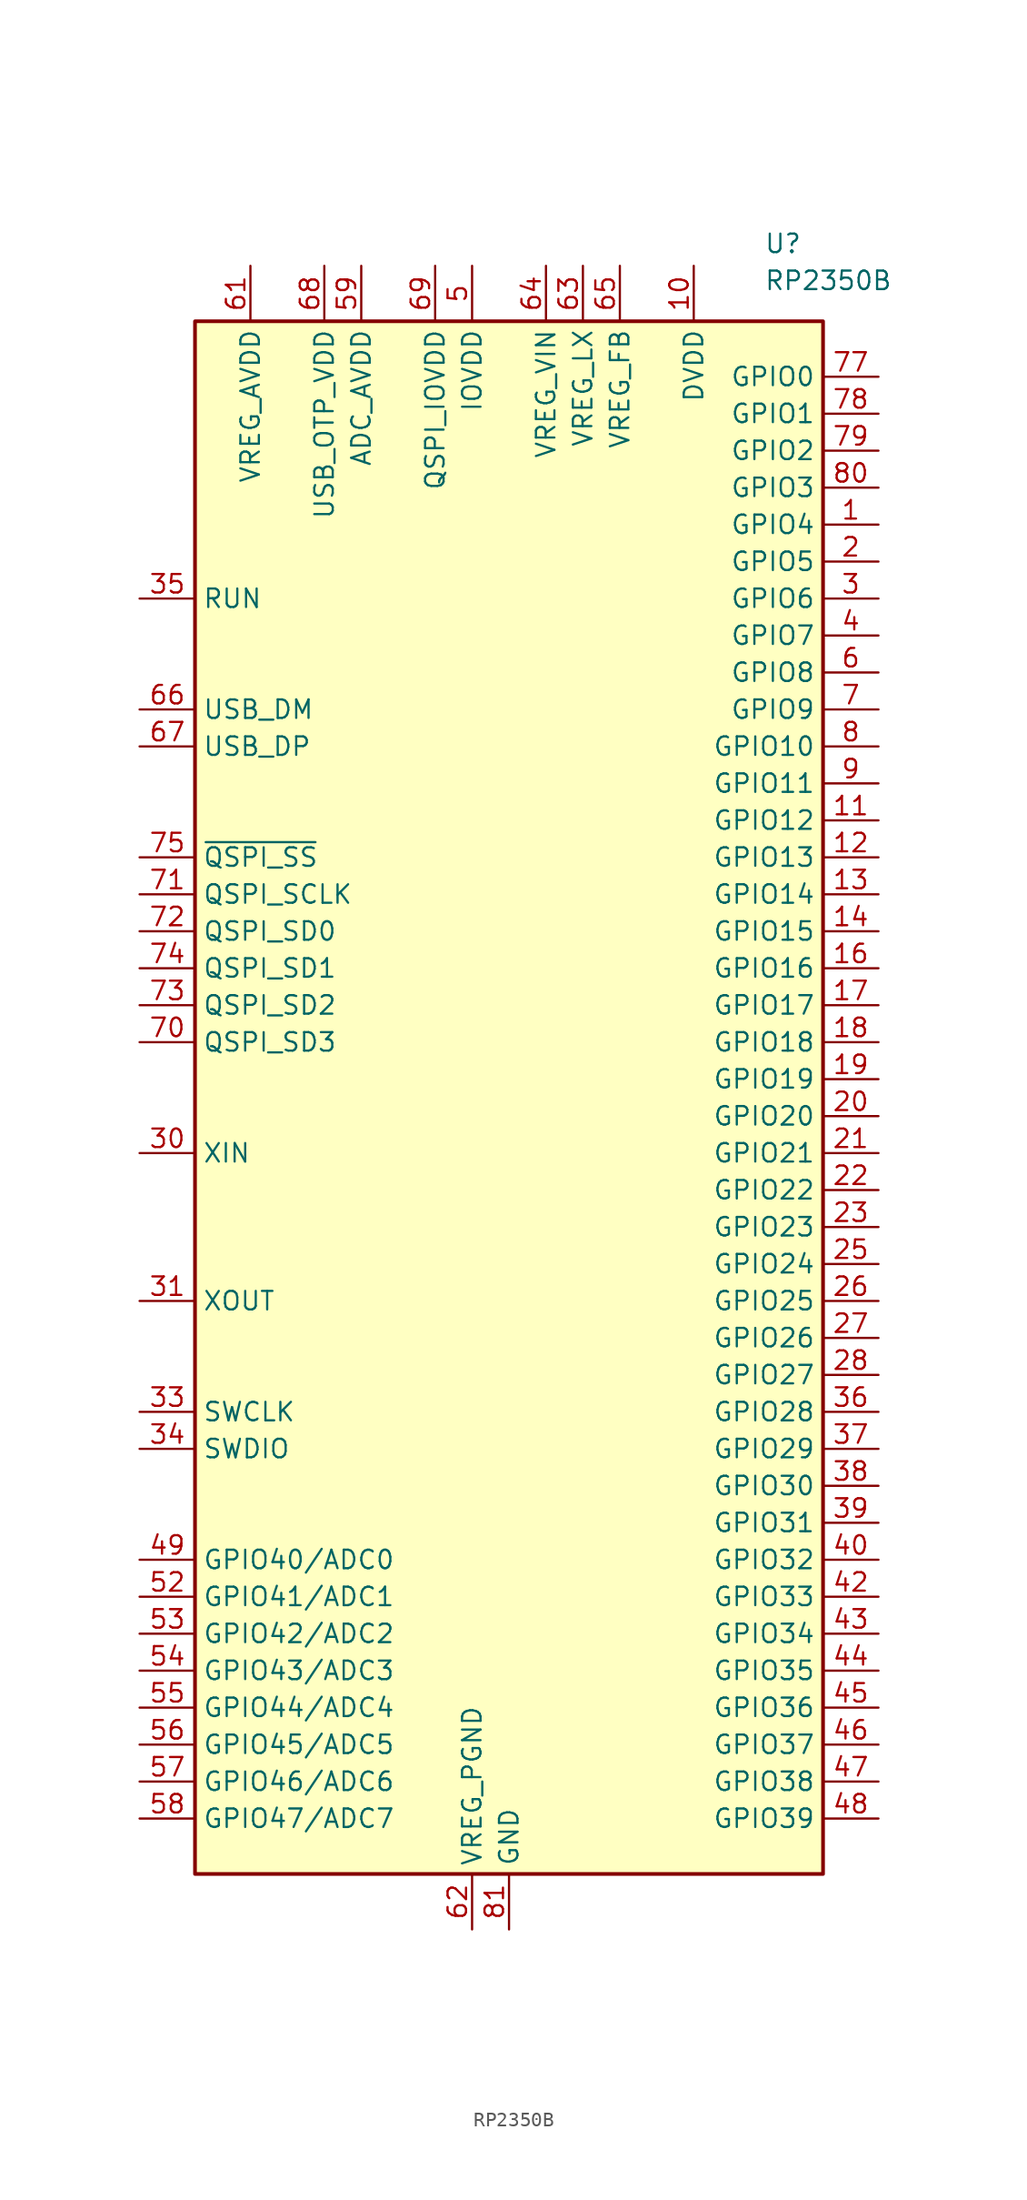
<source format=kicad_sym>
(kicad_symbol_lib
  (version 20241209)
  (generator "kicad_symbol_editor")
  (generator_version "9.0")
  (symbol "RP2350B"
    (property "Reference" "U"
      (at 17.526 57.404 0)
      (effects (font (size 1.27 1.27)) (justify left)))
    (property "Value" "RP2350B"
      (at 17.526 54.864 0)
      (effects (font (size 1.27 1.27)) (justify left)))
    (symbol "RP2350B_0_1"
      (rectangle (start -21.59 52.07) (end 21.59 -54.61) (stroke (width 0.254) (type default)) (fill (type background))))
    (symbol "RP2350B_1_0"
      (pin bidirectional line (at -25.4 -33.02 0) (length 3.81) (name "GPIO40/ADC0" (effects (font (size 1.27 1.27)))) (number "49" (effects (font (size 1.27 1.27)))))
      (pin bidirectional line (at -25.4 -35.56 0) (length 3.81) (name "GPIO41/ADC1" (effects (font (size 1.27 1.27)))) (number "52" (effects (font (size 1.27 1.27)))))
      (pin bidirectional line (at -25.4 -38.1 0) (length 3.81) (name "GPIO42/ADC2" (effects (font (size 1.27 1.27)))) (number "53" (effects (font (size 1.27 1.27)))))
      (pin bidirectional line (at -25.4 -40.64 0) (length 3.81) (name "GPIO43/ADC3" (effects (font (size 1.27 1.27)))) (number "54" (effects (font (size 1.27 1.27)))))
      (pin bidirectional line (at -25.4 -43.18 0) (length 3.81) (name "GPIO44/ADC4" (effects (font (size 1.27 1.27)))) (number "55" (effects (font (size 1.27 1.27)))))
      (pin bidirectional line (at -25.4 -45.72 0) (length 3.81) (name "GPIO45/ADC5" (effects (font (size 1.27 1.27)))) (number "56" (effects (font (size 1.27 1.27)))))
      (pin bidirectional line (at -25.4 -48.26 0) (length 3.81) (name "GPIO46/ADC6" (effects (font (size 1.27 1.27)))) (number "57" (effects (font (size 1.27 1.27)))))
      (pin bidirectional line (at -25.4 -50.8 0) (length 3.81) (name "GPIO47/ADC7" (effects (font (size 1.27 1.27)))) (number "58" (effects (font (size 1.27 1.27)))))
      (pin power_in line (at -17.78 55.88 270) (length 3.81) (name "VREG_AVDD" (effects (font (size 1.27 1.27)))) (number "61" (effects (font (size 1.27 1.27)))))
      (pin power_in line (at -12.7 55.88 270) (length 3.81) (name "USB_OTP_VDD" (effects (font (size 1.27 1.27)))) (number "68" (effects (font (size 1.27 1.27)))))
      (pin power_in line (at -5.08 55.88 270) (length 3.81) (name "QSPI_IOVDD" (effects (font (size 1.27 1.27)))) (number "69" (effects (font (size 1.27 1.27)))))
      (pin passive line (at -2.54 55.88 270) (length 3.81) (hide yes) (name "IOVDD" (effects (font (size 1.27 1.27)))) (number "50" (effects (font (size 1.27 1.27)))))
      (pin passive line (at -2.54 55.88 270) (length 3.81) (hide yes) (name "IOVDD" (effects (font (size 1.27 1.27)))) (number "60" (effects (font (size 1.27 1.27)))))
      (pin passive line (at -2.54 55.88 270) (length 3.81) (hide yes) (name "IOVDD" (effects (font (size 1.27 1.27)))) (number "76" (effects (font (size 1.27 1.27)))))
      (pin power_in line (at -2.54 -58.42 90) (length 3.81) (name "VREG_PGND" (effects (font (size 1.27 1.27)))) (number "62" (effects (font (size 1.27 1.27)))))
      (pin power_in line (at 12.7 55.88 270) (length 3.81) (name "DVDD" (effects (font (size 1.27 1.27)))) (number "10" (effects (font (size 1.27 1.27)))))
      (pin passive line (at 12.7 55.88 270) (length 3.81) (hide yes) (name "DVDD" (effects (font (size 1.27 1.27)))) (number "51" (effects (font (size 1.27 1.27)))))
      (pin bidirectional line (at 25.4 -27.94 180) (length 3.81) (name "GPIO30" (effects (font (size 1.27 1.27)))) (number "38" (effects (font (size 1.27 1.27)))))
      (pin bidirectional line (at 25.4 -30.48 180) (length 3.81) (name "GPIO31" (effects (font (size 1.27 1.27)))) (number "39" (effects (font (size 1.27 1.27)))))
      (pin bidirectional line (at 25.4 -33.02 180) (length 3.81) (name "GPIO32" (effects (font (size 1.27 1.27)))) (number "40" (effects (font (size 1.27 1.27)))))
      (pin bidirectional line (at 25.4 -35.56 180) (length 3.81) (name "GPIO33" (effects (font (size 1.27 1.27)))) (number "42" (effects (font (size 1.27 1.27)))))
      (pin bidirectional line (at 25.4 -38.1 180) (length 3.81) (name "GPIO34" (effects (font (size 1.27 1.27)))) (number "43" (effects (font (size 1.27 1.27)))))
      (pin bidirectional line (at 25.4 -40.64 180) (length 3.81) (name "GPIO35" (effects (font (size 1.27 1.27)))) (number "44" (effects (font (size 1.27 1.27)))))
      (pin bidirectional line (at 25.4 -43.18 180) (length 3.81) (name "GPIO36" (effects (font (size 1.27 1.27)))) (number "45" (effects (font (size 1.27 1.27)))))
      (pin bidirectional line (at 25.4 -45.72 180) (length 3.81) (name "GPIO37" (effects (font (size 1.27 1.27)))) (number "46" (effects (font (size 1.27 1.27)))))
      (pin bidirectional line (at 25.4 -48.26 180) (length 3.81) (name "GPIO38" (effects (font (size 1.27 1.27)))) (number "47" (effects (font (size 1.27 1.27)))))
      (pin bidirectional line (at 25.4 -50.8 180) (length 3.81) (name "GPIO39" (effects (font (size 1.27 1.27)))) (number "48" (effects (font (size 1.27 1.27))))))
    (symbol "RP2350B_1_1"
      (pin input line (at -25.4 33.02 0) (length 3.81) (name "RUN" (effects (font (size 1.27 1.27)))) (number "35" (effects (font (size 1.27 1.27)))))
      (pin bidirectional line (at -25.4 25.4 0) (length 3.81) (name "USB_DM" (effects (font (size 1.27 1.27)))) (number "66" (effects (font (size 1.27 1.27)))))
      (pin bidirectional line (at -25.4 22.86 0) (length 3.81) (name "USB_DP" (effects (font (size 1.27 1.27)))) (number "67" (effects (font (size 1.27 1.27)))))
      (pin output line (at -25.4 15.24 0) (length 3.81) (name "~{QSPI_SS}" (effects (font (size 1.27 1.27)))) (number "75" (effects (font (size 1.27 1.27)))))
      (pin output line (at -25.4 12.7 0) (length 3.81) (name "QSPI_SCLK" (effects (font (size 1.27 1.27)))) (number "71" (effects (font (size 1.27 1.27)))))
      (pin bidirectional line (at -25.4 10.16 0) (length 3.81) (name "QSPI_SD0" (effects (font (size 1.27 1.27)))) (number "72" (effects (font (size 1.27 1.27)))))
      (pin bidirectional line (at -25.4 7.62 0) (length 3.81) (name "QSPI_SD1" (effects (font (size 1.27 1.27)))) (number "74" (effects (font (size 1.27 1.27)))))
      (pin bidirectional line (at -25.4 5.08 0) (length 3.81) (name "QSPI_SD2" (effects (font (size 1.27 1.27)))) (number "73" (effects (font (size 1.27 1.27)))))
      (pin bidirectional line (at -25.4 2.54 0) (length 3.81) (name "QSPI_SD3" (effects (font (size 1.27 1.27)))) (number "70" (effects (font (size 1.27 1.27)))))
      (pin input line (at -25.4 -5.08 0) (length 3.81) (name "XIN" (effects (font (size 1.27 1.27)))) (number "30" (effects (font (size 1.27 1.27)))))
      (pin output line (at -25.4 -15.24 0) (length 3.81) (name "XOUT" (effects (font (size 1.27 1.27)))) (number "31" (effects (font (size 1.27 1.27)))))
      (pin input line (at -25.4 -22.86 0) (length 3.81) (name "SWCLK" (effects (font (size 1.27 1.27)))) (number "33" (effects (font (size 1.27 1.27)))))
      (pin bidirectional line (at -25.4 -25.4 0) (length 3.81) (name "SWDIO" (effects (font (size 1.27 1.27)))) (number "34" (effects (font (size 1.27 1.27)))))
      (pin power_in line (at -10.16 55.88 270) (length 3.81) (name "ADC_AVDD" (effects (font (size 1.27 1.27)))) (number "59" (effects (font (size 1.27 1.27)))))
      (pin passive line (at -2.54 55.88 270) (length 3.81) (hide yes) (name "IOVDD" (effects (font (size 1.27 1.27)))) (number "15" (effects (font (size 1.27 1.27)))))
      (pin passive line (at -2.54 55.88 270) (length 3.81) (hide yes) (name "IOVDD" (effects (font (size 1.27 1.27)))) (number "24" (effects (font (size 1.27 1.27)))))
      (pin passive line (at -2.54 55.88 270) (length 3.81) (hide yes) (name "IOVDD" (effects (font (size 1.27 1.27)))) (number "29" (effects (font (size 1.27 1.27)))))
      (pin passive line (at -2.54 55.88 270) (length 3.81) (hide yes) (name "IOVDD" (effects (font (size 1.27 1.27)))) (number "41" (effects (font (size 1.27 1.27)))))
      (pin power_in line (at -2.54 55.88 270) (length 3.81) (name "IOVDD" (effects (font (size 1.27 1.27)))) (number "5" (effects (font (size 1.27 1.27)))))
      (pin power_in line (at 0 -58.42 90) (length 3.81) (name "GND" (effects (font (size 1.27 1.27)))) (number "81" (effects (font (size 1.27 1.27)))))
      (pin power_in line (at 2.54 55.88 270) (length 3.81) (name "VREG_VIN" (effects (font (size 1.27 1.27)))) (number "64" (effects (font (size 1.27 1.27)))))
      (pin power_out line (at 5.08 55.88 270) (length 3.81) (name "VREG_LX" (effects (font (size 1.27 1.27)))) (number "63" (effects (font (size 1.27 1.27)))))
      (pin passive line (at 7.62 55.88 270) (length 3.81) (name "VREG_FB" (effects (font (size 1.27 1.27)))) (number "65" (effects (font (size 1.27 1.27)))))
      (pin passive line (at 12.7 55.88 270) (length 3.81) (hide yes) (name "DVDD" (effects (font (size 1.27 1.27)))) (number "32" (effects (font (size 1.27 1.27)))))
      (pin bidirectional line (at 25.4 48.26 180) (length 3.81) (name "GPIO0" (effects (font (size 1.27 1.27)))) (number "77" (effects (font (size 1.27 1.27)))))
      (pin bidirectional line (at 25.4 45.72 180) (length 3.81) (name "GPIO1" (effects (font (size 1.27 1.27)))) (number "78" (effects (font (size 1.27 1.27)))))
      (pin bidirectional line (at 25.4 43.18 180) (length 3.81) (name "GPIO2" (effects (font (size 1.27 1.27)))) (number "79" (effects (font (size 1.27 1.27)))))
      (pin bidirectional line (at 25.4 40.64 180) (length 3.81) (name "GPIO3" (effects (font (size 1.27 1.27)))) (number "80" (effects (font (size 1.27 1.27)))))
      (pin bidirectional line (at 25.4 38.1 180) (length 3.81) (name "GPIO4" (effects (font (size 1.27 1.27)))) (number "1" (effects (font (size 1.27 1.27)))))
      (pin bidirectional line (at 25.4 35.56 180) (length 3.81) (name "GPIO5" (effects (font (size 1.27 1.27)))) (number "2" (effects (font (size 1.27 1.27)))))
      (pin bidirectional line (at 25.4 33.02 180) (length 3.81) (name "GPIO6" (effects (font (size 1.27 1.27)))) (number "3" (effects (font (size 1.27 1.27)))))
      (pin bidirectional line (at 25.4 30.48 180) (length 3.81) (name "GPIO7" (effects (font (size 1.27 1.27)))) (number "4" (effects (font (size 1.27 1.27)))))
      (pin bidirectional line (at 25.4 27.94 180) (length 3.81) (name "GPIO8" (effects (font (size 1.27 1.27)))) (number "6" (effects (font (size 1.27 1.27)))))
      (pin bidirectional line (at 25.4 25.4 180) (length 3.81) (name "GPIO9" (effects (font (size 1.27 1.27)))) (number "7" (effects (font (size 1.27 1.27)))))
      (pin bidirectional line (at 25.4 22.86 180) (length 3.81) (name "GPIO10" (effects (font (size 1.27 1.27)))) (number "8" (effects (font (size 1.27 1.27)))))
      (pin bidirectional line (at 25.4 20.32 180) (length 3.81) (name "GPIO11" (effects (font (size 1.27 1.27)))) (number "9" (effects (font (size 1.27 1.27)))))
      (pin bidirectional line (at 25.4 17.78 180) (length 3.81) (name "GPIO12" (effects (font (size 1.27 1.27)))) (number "11" (effects (font (size 1.27 1.27)))))
      (pin bidirectional line (at 25.4 15.24 180) (length 3.81) (name "GPIO13" (effects (font (size 1.27 1.27)))) (number "12" (effects (font (size 1.27 1.27)))))
      (pin bidirectional line (at 25.4 12.7 180) (length 3.81) (name "GPIO14" (effects (font (size 1.27 1.27)))) (number "13" (effects (font (size 1.27 1.27)))))
      (pin bidirectional line (at 25.4 10.16 180) (length 3.81) (name "GPIO15" (effects (font (size 1.27 1.27)))) (number "14" (effects (font (size 1.27 1.27)))))
      (pin bidirectional line (at 25.4 7.62 180) (length 3.81) (name "GPIO16" (effects (font (size 1.27 1.27)))) (number "16" (effects (font (size 1.27 1.27)))))
      (pin bidirectional line (at 25.4 5.08 180) (length 3.81) (name "GPIO17" (effects (font (size 1.27 1.27)))) (number "17" (effects (font (size 1.27 1.27)))))
      (pin bidirectional line (at 25.4 2.54 180) (length 3.81) (name "GPIO18" (effects (font (size 1.27 1.27)))) (number "18" (effects (font (size 1.27 1.27)))))
      (pin bidirectional line (at 25.4 0 180) (length 3.81) (name "GPIO19" (effects (font (size 1.27 1.27)))) (number "19" (effects (font (size 1.27 1.27)))))
      (pin bidirectional line (at 25.4 -2.54 180) (length 3.81) (name "GPIO20" (effects (font (size 1.27 1.27)))) (number "20" (effects (font (size 1.27 1.27)))))
      (pin bidirectional line (at 25.4 -5.08 180) (length 3.81) (name "GPIO21" (effects (font (size 1.27 1.27)))) (number "21" (effects (font (size 1.27 1.27)))))
      (pin bidirectional line (at 25.4 -7.62 180) (length 3.81) (name "GPIO22" (effects (font (size 1.27 1.27)))) (number "22" (effects (font (size 1.27 1.27)))))
      (pin bidirectional line (at 25.4 -10.16 180) (length 3.81) (name "GPIO23" (effects (font (size 1.27 1.27)))) (number "23" (effects (font (size 1.27 1.27)))))
      (pin bidirectional line (at 25.4 -12.7 180) (length 3.81) (name "GPIO24" (effects (font (size 1.27 1.27)))) (number "25" (effects (font (size 1.27 1.27)))))
      (pin bidirectional line (at 25.4 -15.24 180) (length 3.81) (name "GPIO25" (effects (font (size 1.27 1.27)))) (number "26" (effects (font (size 1.27 1.27)))))
      (pin bidirectional line (at 25.4 -17.78 180) (length 3.81) (name "GPIO26" (effects (font (size 1.27 1.27)))) (number "27" (effects (font (size 1.27 1.27)))))
      (pin bidirectional line (at 25.4 -20.32 180) (length 3.81) (name "GPIO27" (effects (font (size 1.27 1.27)))) (number "28" (effects (font (size 1.27 1.27)))))
      (pin bidirectional line (at 25.4 -22.86 180) (length 3.81) (name "GPIO28" (effects (font (size 1.27 1.27)))) (number "36" (effects (font (size 1.27 1.27)))))
      (pin bidirectional line (at 25.4 -25.4 180) (length 3.81) (name "GPIO29" (effects (font (size 1.27 1.27)))) (number "37" (effects (font (size 1.27 1.27))))))))
</source>
